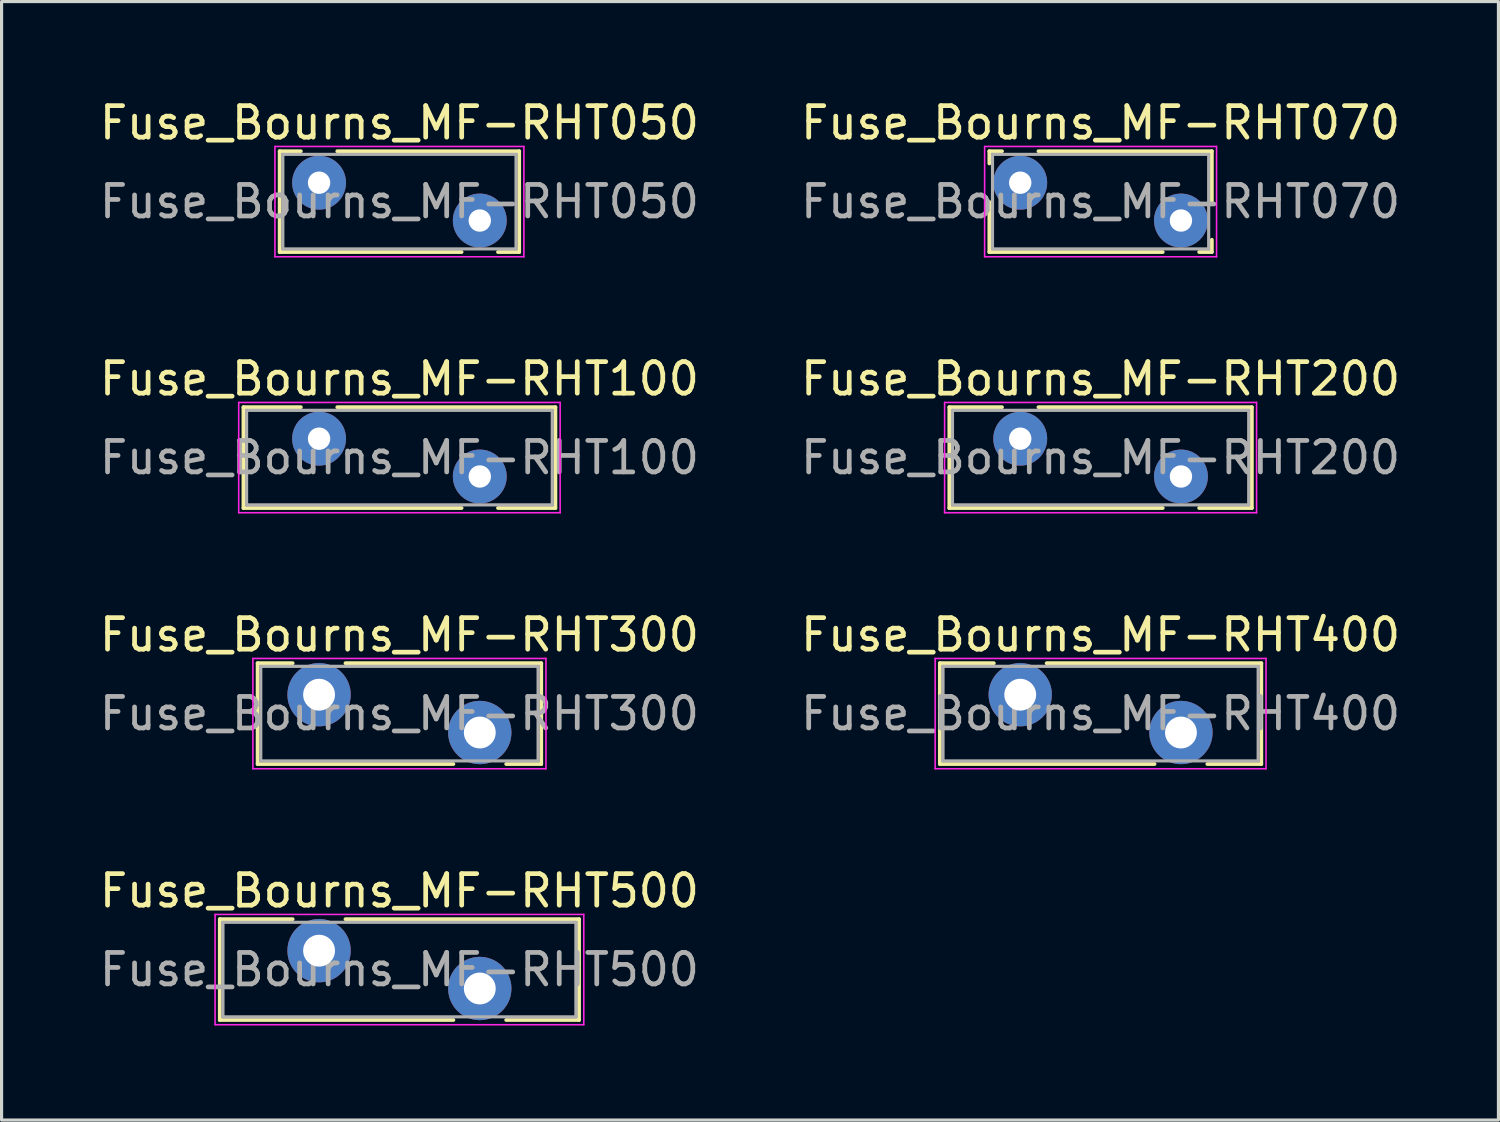
<source format=kicad_pcb>
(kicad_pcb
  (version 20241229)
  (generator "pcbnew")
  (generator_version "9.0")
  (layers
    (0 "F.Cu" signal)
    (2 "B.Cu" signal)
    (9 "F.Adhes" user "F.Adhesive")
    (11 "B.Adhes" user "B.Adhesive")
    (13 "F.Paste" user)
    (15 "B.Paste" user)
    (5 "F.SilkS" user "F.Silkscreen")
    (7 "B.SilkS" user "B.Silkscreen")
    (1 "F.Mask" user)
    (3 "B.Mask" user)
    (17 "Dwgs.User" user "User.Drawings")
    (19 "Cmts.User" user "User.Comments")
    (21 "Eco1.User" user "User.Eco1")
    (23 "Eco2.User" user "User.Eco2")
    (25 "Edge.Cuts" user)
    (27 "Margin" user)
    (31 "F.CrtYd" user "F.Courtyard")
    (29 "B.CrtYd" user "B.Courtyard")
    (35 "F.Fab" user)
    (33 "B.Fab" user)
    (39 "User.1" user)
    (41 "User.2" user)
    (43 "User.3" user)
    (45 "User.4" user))
  (footprint "Fuse_Bourns_MF-RHT200"
    (layer "F.Cu")
    (at 29.325 10.871)
    (property "Reference" "Fuse_Bourns_MF-RHT200" (at 2.55 -1.9 0) (layer "F.SilkS") (effects (font (size 1 1) (thickness 0.15))))
    (attr through_hole)
    (fp_line (start -2.25 -1) (end -2.25 2.2) (stroke (width 0.12) (type solid)) (layer "F.SilkS"))
    (fp_line (start -2.25 -1) (end -0.578 -1) (stroke (width 0.12) (type solid)) (layer "F.SilkS"))
    (fp_line (start -2.25 2.2) (end 4.522 2.2) (stroke (width 0.12) (type solid)) (layer "F.SilkS"))
    (fp_line (start 0.578 -1) (end 7.35 -1) (stroke (width 0.12) (type solid)) (layer "F.SilkS"))
    (fp_line (start 5.678 2.2) (end 7.35 2.2) (stroke (width 0.12) (type solid)) (layer "F.SilkS"))
    (fp_line (start 7.35 -1) (end 7.35 2.2) (stroke (width 0.12) (type solid)) (layer "F.SilkS"))
    (fp_line (start -2.4 -1.15) (end -2.4 2.35) (stroke (width 0.05) (type solid)) (layer "F.CrtYd"))
    (fp_line (start -2.4 2.35) (end 7.5 2.35) (stroke (width 0.05) (type solid)) (layer "F.CrtYd"))
    (fp_line (start 7.5 -1.15) (end -2.4 -1.15) (stroke (width 0.05) (type solid)) (layer "F.CrtYd"))
    (fp_line (start 7.5 2.35) (end 7.5 -1.15) (stroke (width 0.05) (type solid)) (layer "F.CrtYd"))
    (fp_line (start -2.15 -0.9) (end -2.15 2.1) (stroke (width 0.1) (type solid)) (layer "F.Fab"))
    (fp_line (start -2.15 2.1) (end 7.25 2.1) (stroke (width 0.1) (type solid)) (layer "F.Fab"))
    (fp_line (start 7.25 -0.9) (end -2.15 -0.9) (stroke (width 0.1) (type solid)) (layer "F.Fab"))
    (fp_line (start 7.25 2.1) (end 7.25 -0.9) (stroke (width 0.1) (type solid)) (layer "F.Fab"))
    (fp_text user "${REFERENCE}" (at 2.55 0.6 0) (layer "F.Fab") (effects (font (size 1 1) (thickness 0.15))))
    (pad "1" thru_hole circle (at 0 0) (size 1.71 1.71) (drill 0.71) (layers "*.Cu" "*.Mask"))
    (pad "2" thru_hole circle (at 5.1 1.2) (size 1.71 1.71) (drill 0.71) (layers "*.Cu" "*.Mask")))
  (footprint "Fuse_Bourns_MF-RHT400"
    (layer "F.Cu")
    (at 29.325 18.995)
    (property "Reference" "Fuse_Bourns_MF-RHT400" (at 2.55 -1.9 0) (layer "F.SilkS") (effects (font (size 1 1) (thickness 0.15))))
    (attr through_hole)
    (fp_line (start -2.55 -1) (end -2.55 2.2) (stroke (width 0.12) (type solid)) (layer "F.SilkS"))
    (fp_line (start -2.55 -1) (end -0.838 -1) (stroke (width 0.12) (type solid)) (layer "F.SilkS"))
    (fp_line (start -2.55 2.2) (end 4.262 2.2) (stroke (width 0.12) (type solid)) (layer "F.SilkS"))
    (fp_line (start 0.838 -1) (end 7.65 -1) (stroke (width 0.12) (type solid)) (layer "F.SilkS"))
    (fp_line (start 5.938 2.2) (end 7.65 2.2) (stroke (width 0.12) (type solid)) (layer "F.SilkS"))
    (fp_line (start 7.65 -1) (end 7.65 2.2) (stroke (width 0.12) (type solid)) (layer "F.SilkS"))
    (fp_line (start -2.7 -1.15) (end -2.7 2.35) (stroke (width 0.05) (type solid)) (layer "F.CrtYd"))
    (fp_line (start -2.7 2.35) (end 7.8 2.35) (stroke (width 0.05) (type solid)) (layer "F.CrtYd"))
    (fp_line (start 7.8 -1.15) (end -2.7 -1.15) (stroke (width 0.05) (type solid)) (layer "F.CrtYd"))
    (fp_line (start 7.8 2.35) (end 7.8 -1.15) (stroke (width 0.05) (type solid)) (layer "F.CrtYd"))
    (fp_line (start -2.45 -0.9) (end -2.45 2.1) (stroke (width 0.1) (type solid)) (layer "F.Fab"))
    (fp_line (start -2.45 2.1) (end 7.55 2.1) (stroke (width 0.1) (type solid)) (layer "F.Fab"))
    (fp_line (start 7.55 -0.9) (end -2.45 -0.9) (stroke (width 0.1) (type solid)) (layer "F.Fab"))
    (fp_line (start 7.55 2.1) (end 7.55 -0.9) (stroke (width 0.1) (type solid)) (layer "F.Fab"))
    (fp_text user "${REFERENCE}" (at 2.55 0.6 0) (layer "F.Fab") (effects (font (size 1 1) (thickness 0.15))))
    (pad "1" thru_hole circle (at 0 0) (size 2.01 2.01) (drill 1.01) (layers "*.Cu" "*.Mask"))
    (pad "2" thru_hole circle (at 5.1 1.2) (size 2.01 2.01) (drill 1.01) (layers "*.Cu" "*.Mask")))
  (footprint "Fuse_Bourns_MF-RHT500"
    (layer "F.Cu")
    (at 7.075 27.118)
    (property "Reference" "Fuse_Bourns_MF-RHT500" (at 2.55 -1.9 0) (layer "F.SilkS") (effects (font (size 1 1) (thickness 0.15))))
    (attr through_hole)
    (fp_line (start -3.15 -1) (end -3.15 2.2) (stroke (width 0.12) (type solid)) (layer "F.SilkS"))
    (fp_line (start -3.15 -1) (end -0.838 -1) (stroke (width 0.12) (type solid)) (layer "F.SilkS"))
    (fp_line (start -3.15 2.2) (end 4.262 2.2) (stroke (width 0.12) (type solid)) (layer "F.SilkS"))
    (fp_line (start 0.838 -1) (end 8.25 -1) (stroke (width 0.12) (type solid)) (layer "F.SilkS"))
    (fp_line (start 5.938 2.2) (end 8.25 2.2) (stroke (width 0.12) (type solid)) (layer "F.SilkS"))
    (fp_line (start 8.25 -1) (end 8.25 2.2) (stroke (width 0.12) (type solid)) (layer "F.SilkS"))
    (fp_line (start -3.3 -1.15) (end -3.3 2.35) (stroke (width 0.05) (type solid)) (layer "F.CrtYd"))
    (fp_line (start -3.3 2.35) (end 8.4 2.35) (stroke (width 0.05) (type solid)) (layer "F.CrtYd"))
    (fp_line (start 8.4 -1.15) (end -3.3 -1.15) (stroke (width 0.05) (type solid)) (layer "F.CrtYd"))
    (fp_line (start 8.4 2.35) (end 8.4 -1.15) (stroke (width 0.05) (type solid)) (layer "F.CrtYd"))
    (fp_line (start -3.05 -0.9) (end -3.05 2.1) (stroke (width 0.1) (type solid)) (layer "F.Fab"))
    (fp_line (start -3.05 2.1) (end 8.15 2.1) (stroke (width 0.1) (type solid)) (layer "F.Fab"))
    (fp_line (start 8.15 -0.9) (end -3.05 -0.9) (stroke (width 0.1) (type solid)) (layer "F.Fab"))
    (fp_line (start 8.15 2.1) (end 8.15 -0.9) (stroke (width 0.1) (type solid)) (layer "F.Fab"))
    (fp_text user "${REFERENCE}" (at 2.55 0.6 0) (layer "F.Fab") (effects (font (size 1 1) (thickness 0.15))))
    (pad "1" thru_hole circle (at 0 0) (size 2.01 2.01) (drill 1.01) (layers "*.Cu" "*.Mask"))
    (pad "2" thru_hole circle (at 5.1 1.2) (size 2.01 2.01) (drill 1.01) (layers "*.Cu" "*.Mask")))
  (footprint "Fuse_Bourns_MF-RHT100"
    (layer "F.Cu")
    (at 7.075 10.871)
    (property "Reference" "Fuse_Bourns_MF-RHT100" (at 2.55 -1.9 0) (layer "F.SilkS") (effects (font (size 1 1) (thickness 0.15))))
    (attr through_hole)
    (fp_line (start -2.4 -1) (end -2.4 2.2) (stroke (width 0.12) (type solid)) (layer "F.SilkS"))
    (fp_line (start -2.4 -1) (end -0.578 -1) (stroke (width 0.12) (type solid)) (layer "F.SilkS"))
    (fp_line (start -2.4 2.2) (end 4.522 2.2) (stroke (width 0.12) (type solid)) (layer "F.SilkS"))
    (fp_line (start 0.578 -1) (end 7.5 -1) (stroke (width 0.12) (type solid)) (layer "F.SilkS"))
    (fp_line (start 5.678 2.2) (end 7.5 2.2) (stroke (width 0.12) (type solid)) (layer "F.SilkS"))
    (fp_line (start 7.5 -1) (end 7.5 2.2) (stroke (width 0.12) (type solid)) (layer "F.SilkS"))
    (fp_line (start -2.55 -1.15) (end -2.55 2.35) (stroke (width 0.05) (type solid)) (layer "F.CrtYd"))
    (fp_line (start -2.55 2.35) (end 7.65 2.35) (stroke (width 0.05) (type solid)) (layer "F.CrtYd"))
    (fp_line (start 7.65 -1.15) (end -2.55 -1.15) (stroke (width 0.05) (type solid)) (layer "F.CrtYd"))
    (fp_line (start 7.65 2.35) (end 7.65 -1.15) (stroke (width 0.05) (type solid)) (layer "F.CrtYd"))
    (fp_line (start -2.3 -0.9) (end -2.3 2.1) (stroke (width 0.1) (type solid)) (layer "F.Fab"))
    (fp_line (start -2.3 2.1) (end 7.4 2.1) (stroke (width 0.1) (type solid)) (layer "F.Fab"))
    (fp_line (start 7.4 -0.9) (end -2.3 -0.9) (stroke (width 0.1) (type solid)) (layer "F.Fab"))
    (fp_line (start 7.4 2.1) (end 7.4 -0.9) (stroke (width 0.1) (type solid)) (layer "F.Fab"))
    (fp_text user "${REFERENCE}" (at 2.55 0.6 0) (layer "F.Fab") (effects (font (size 1 1) (thickness 0.15))))
    (pad "1" thru_hole circle (at 0 0) (size 1.71 1.71) (drill 0.71) (layers "*.Cu" "*.Mask"))
    (pad "2" thru_hole circle (at 5.1 1.2) (size 1.71 1.71) (drill 0.71) (layers "*.Cu" "*.Mask")))
  (footprint "Fuse_Bourns_MF-RHT300"
    (layer "F.Cu")
    (at 7.075 18.995)
    (property "Reference" "Fuse_Bourns_MF-RHT300" (at 2.55 -1.9 0) (layer "F.SilkS") (effects (font (size 1 1) (thickness 0.15))))
    (attr through_hole)
    (fp_line (start -1.95 -1) (end -1.95 2.2) (stroke (width 0.12) (type solid)) (layer "F.SilkS"))
    (fp_line (start -1.95 -1) (end -0.838 -1) (stroke (width 0.12) (type solid)) (layer "F.SilkS"))
    (fp_line (start -1.95 2.2) (end 4.262 2.2) (stroke (width 0.12) (type solid)) (layer "F.SilkS"))
    (fp_line (start 0.838 -1) (end 7.05 -1) (stroke (width 0.12) (type solid)) (layer "F.SilkS"))
    (fp_line (start 5.938 2.2) (end 7.05 2.2) (stroke (width 0.12) (type solid)) (layer "F.SilkS"))
    (fp_line (start 7.05 -1) (end 7.05 2.2) (stroke (width 0.12) (type solid)) (layer "F.SilkS"))
    (fp_line (start -2.1 -1.15) (end -2.1 2.35) (stroke (width 0.05) (type solid)) (layer "F.CrtYd"))
    (fp_line (start -2.1 2.35) (end 7.2 2.35) (stroke (width 0.05) (type solid)) (layer "F.CrtYd"))
    (fp_line (start 7.2 -1.15) (end -2.1 -1.15) (stroke (width 0.05) (type solid)) (layer "F.CrtYd"))
    (fp_line (start 7.2 2.35) (end 7.2 -1.15) (stroke (width 0.05) (type solid)) (layer "F.CrtYd"))
    (fp_line (start -1.85 -0.9) (end -1.85 2.1) (stroke (width 0.1) (type solid)) (layer "F.Fab"))
    (fp_line (start -1.85 2.1) (end 6.95 2.1) (stroke (width 0.1) (type solid)) (layer "F.Fab"))
    (fp_line (start 6.95 -0.9) (end -1.85 -0.9) (stroke (width 0.1) (type solid)) (layer "F.Fab"))
    (fp_line (start 6.95 2.1) (end 6.95 -0.9) (stroke (width 0.1) (type solid)) (layer "F.Fab"))
    (fp_text user "${REFERENCE}" (at 2.55 0.6 0) (layer "F.Fab") (effects (font (size 1 1) (thickness 0.15))))
    (pad "1" thru_hole circle (at 0 0) (size 2.01 2.01) (drill 1.01) (layers "*.Cu" "*.Mask"))
    (pad "2" thru_hole circle (at 5.1 1.2) (size 2.01 2.01) (drill 1.01) (layers "*.Cu" "*.Mask")))
  (footprint "Fuse_Bourns_MF-RHT050"
    (layer "F.Cu")
    (at 7.075 2.748)
    (property "Reference" "Fuse_Bourns_MF-RHT050" (at 2.55 -1.9 0) (layer "F.SilkS") (effects (font (size 1 1) (thickness 0.15))))
    (attr through_hole)
    (fp_line (start -1.25 -1) (end -1.25 2.2) (stroke (width 0.12) (type solid)) (layer "F.SilkS"))
    (fp_line (start -1.25 -1) (end -0.578 -1) (stroke (width 0.12) (type solid)) (layer "F.SilkS"))
    (fp_line (start -1.25 2.2) (end 4.522 2.2) (stroke (width 0.12) (type solid)) (layer "F.SilkS"))
    (fp_line (start 0.578 -1) (end 6.35 -1) (stroke (width 0.12) (type solid)) (layer "F.SilkS"))
    (fp_line (start 5.678 2.2) (end 6.35 2.2) (stroke (width 0.12) (type solid)) (layer "F.SilkS"))
    (fp_line (start 6.35 -1) (end 6.35 2.2) (stroke (width 0.12) (type solid)) (layer "F.SilkS"))
    (fp_line (start -1.4 -1.15) (end -1.4 2.35) (stroke (width 0.05) (type solid)) (layer "F.CrtYd"))
    (fp_line (start -1.4 2.35) (end 6.5 2.35) (stroke (width 0.05) (type solid)) (layer "F.CrtYd"))
    (fp_line (start 6.5 -1.15) (end -1.4 -1.15) (stroke (width 0.05) (type solid)) (layer "F.CrtYd"))
    (fp_line (start 6.5 2.35) (end 6.5 -1.15) (stroke (width 0.05) (type solid)) (layer "F.CrtYd"))
    (fp_line (start -1.15 -0.9) (end -1.15 2.1) (stroke (width 0.1) (type solid)) (layer "F.Fab"))
    (fp_line (start -1.15 2.1) (end 6.25 2.1) (stroke (width 0.1) (type solid)) (layer "F.Fab"))
    (fp_line (start 6.25 -0.9) (end -1.15 -0.9) (stroke (width 0.1) (type solid)) (layer "F.Fab"))
    (fp_line (start 6.25 2.1) (end 6.25 -0.9) (stroke (width 0.1) (type solid)) (layer "F.Fab"))
    (fp_text user "${REFERENCE}" (at 2.55 0.6 0) (layer "F.Fab") (effects (font (size 1 1) (thickness 0.15))))
    (pad "1" thru_hole circle (at 0 0) (size 1.71 1.71) (drill 0.71) (layers "*.Cu" "*.Mask"))
    (pad "2" thru_hole circle (at 5.1 1.2) (size 1.71 1.71) (drill 0.71) (layers "*.Cu" "*.Mask")))
  (footprint "Fuse_Bourns_MF-RHT070"
    (layer "F.Cu")
    (at 29.325 2.748)
    (property "Reference" "Fuse_Bourns_MF-RHT070" (at 2.55 -1.9 0) (layer "F.SilkS") (effects (font (size 1 1) (thickness 0.15))))
    (attr through_hole)
    (fp_line (start -0.98 -1) (end -0.98 -0.611) (stroke (width 0.12) (type solid)) (layer "F.SilkS"))
    (fp_line (start -0.98 -1) (end -0.578 -1) (stroke (width 0.12) (type solid)) (layer "F.SilkS"))
    (fp_line (start -0.98 0.611) (end -0.98 2.2) (stroke (width 0.12) (type solid)) (layer "F.SilkS"))
    (fp_line (start -0.98 2.2) (end 4.522 2.2) (stroke (width 0.12) (type solid)) (layer "F.SilkS"))
    (fp_line (start 0.578 -1) (end 6.08 -1) (stroke (width 0.12) (type solid)) (layer "F.SilkS"))
    (fp_line (start 5.678 2.2) (end 6.08 2.2) (stroke (width 0.12) (type solid)) (layer "F.SilkS"))
    (fp_line (start 6.08 -1) (end 6.08 0.589) (stroke (width 0.12) (type solid)) (layer "F.SilkS"))
    (fp_line (start 6.08 1.811) (end 6.08 2.2) (stroke (width 0.12) (type solid)) (layer "F.SilkS"))
    (fp_line (start -1.13 -1.15) (end -1.13 2.35) (stroke (width 0.05) (type solid)) (layer "F.CrtYd"))
    (fp_line (start -1.13 2.35) (end 6.23 2.35) (stroke (width 0.05) (type solid)) (layer "F.CrtYd"))
    (fp_line (start 6.23 -1.15) (end -1.13 -1.15) (stroke (width 0.05) (type solid)) (layer "F.CrtYd"))
    (fp_line (start 6.23 2.35) (end 6.23 -1.15) (stroke (width 0.05) (type solid)) (layer "F.CrtYd"))
    (fp_line (start -0.88 -0.9) (end -0.88 2.1) (stroke (width 0.1) (type solid)) (layer "F.Fab"))
    (fp_line (start -0.88 2.1) (end 5.98 2.1) (stroke (width 0.1) (type solid)) (layer "F.Fab"))
    (fp_line (start 5.98 -0.9) (end -0.88 -0.9) (stroke (width 0.1) (type solid)) (layer "F.Fab"))
    (fp_line (start 5.98 2.1) (end 5.98 -0.9) (stroke (width 0.1) (type solid)) (layer "F.Fab"))
    (fp_text user "${REFERENCE}" (at 2.55 0.6 0) (layer "F.Fab") (effects (font (size 1 1) (thickness 0.15))))
    (pad "1" thru_hole circle (at 0 0) (size 1.71 1.71) (drill 0.71) (layers "*.Cu" "*.Mask"))
    (pad "2" thru_hole circle (at 5.1 1.2) (size 1.71 1.71) (drill 0.71) (layers "*.Cu" "*.Mask")))
  (gr_rect
    (start -3 -3)
    (end 44.5 32.493)
    (stroke (width 0.1) (type default))
    (fill no)
    (layer "Edge.Cuts")))
</source>
